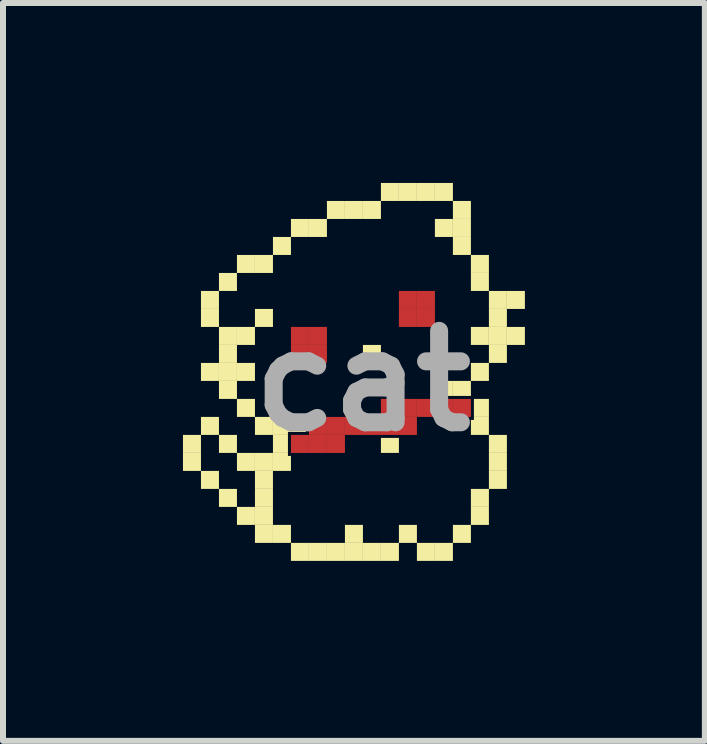
<source format=kicad_pcb>
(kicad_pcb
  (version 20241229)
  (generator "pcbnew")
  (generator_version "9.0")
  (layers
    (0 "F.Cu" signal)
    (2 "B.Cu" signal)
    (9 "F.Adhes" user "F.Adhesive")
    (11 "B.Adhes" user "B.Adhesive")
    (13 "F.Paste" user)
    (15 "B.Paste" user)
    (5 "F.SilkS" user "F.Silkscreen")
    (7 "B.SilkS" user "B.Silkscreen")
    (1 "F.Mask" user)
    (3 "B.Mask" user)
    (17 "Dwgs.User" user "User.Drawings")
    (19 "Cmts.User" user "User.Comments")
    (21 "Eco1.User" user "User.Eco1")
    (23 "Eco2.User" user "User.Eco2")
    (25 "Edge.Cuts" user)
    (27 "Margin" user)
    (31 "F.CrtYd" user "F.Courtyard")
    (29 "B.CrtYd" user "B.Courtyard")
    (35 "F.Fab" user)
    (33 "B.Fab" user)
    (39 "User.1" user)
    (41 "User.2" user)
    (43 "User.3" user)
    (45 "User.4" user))
  (footprint "cat"
    (layer "F.Cu")
    (at 3 3.3)
    (property "Reference" "cat" (at 0 0 0) (layer "F.Fab") (effects (font (size 1.524 1.524) (thickness 0.3))))
    (attr board_only exclude_from_pos_files exclude_from_bom)
    (fp_poly (pts (xy -1.2 -0.9) (xy -0.9 -0.9) (xy -0.9 -0.6) (xy -1.2 -0.6)) (stroke (width 0) (type solid)) (fill yes) (layer "F.Cu"))
    (fp_poly (pts (xy -1.2 -0.6) (xy -0.9 -0.6) (xy -0.9 -0.3) (xy -1.2 -0.3)) (stroke (width 0) (type solid)) (fill yes) (layer "F.Cu"))
    (fp_poly (pts (xy -1.2 0.9) (xy -0.9 0.9) (xy -0.9 1.2) (xy -1.2 1.2)) (stroke (width 0) (type solid)) (fill yes) (layer "F.Cu"))
    (fp_poly (pts (xy -0.9 -0.9) (xy -0.6 -0.9) (xy -0.6 -0.6) (xy -0.9 -0.6)) (stroke (width 0) (type solid)) (fill yes) (layer "F.Cu"))
    (fp_poly (pts (xy -0.9 -0.6) (xy -0.6 -0.6) (xy -0.6 -0.3) (xy -0.9 -0.3)) (stroke (width 0) (type solid)) (fill yes) (layer "F.Cu"))
    (fp_poly (pts (xy -0.9 0.6) (xy -0.6 0.6) (xy -0.6 0.9) (xy -0.9 0.9)) (stroke (width 0) (type solid)) (fill yes) (layer "F.Cu"))
    (fp_poly (pts (xy -0.9 0.9) (xy -0.6 0.9) (xy -0.6 1.2) (xy -0.9 1.2)) (stroke (width 0) (type solid)) (fill yes) (layer "F.Cu"))
    (fp_poly (pts (xy -0.6 0.6) (xy -0.3 0.6) (xy -0.3 0.9) (xy -0.6 0.9)) (stroke (width 0) (type solid)) (fill yes) (layer "F.Cu"))
    (fp_poly (pts (xy -0.6 0.9) (xy -0.3 0.9) (xy -0.3 1.2) (xy -0.6 1.2)) (stroke (width 0) (type solid)) (fill yes) (layer "F.Cu"))
    (fp_poly (pts (xy -0.3 0.6) (xy 0 0.6) (xy 0 0.9) (xy -0.3 0.9)) (stroke (width 0) (type solid)) (fill yes) (layer "F.Cu"))
    (fp_poly (pts (xy 0 0.6) (xy 0.3 0.6) (xy 0.3 0.9) (xy 0 0.9)) (stroke (width 0) (type solid)) (fill yes) (layer "F.Cu"))
    (fp_poly (pts (xy 0.3 0.3) (xy 0.6 0.3) (xy 0.6 0.6) (xy 0.3 0.6)) (stroke (width 0) (type solid)) (fill yes) (layer "F.Cu"))
    (fp_poly (pts (xy 0.3 0.6) (xy 0.6 0.6) (xy 0.6 0.9) (xy 0.3 0.9)) (stroke (width 0) (type solid)) (fill yes) (layer "F.Cu"))
    (fp_poly (pts (xy 0.6 -1.5) (xy 0.9 -1.5) (xy 0.9 -1.2) (xy 0.6 -1.2)) (stroke (width 0) (type solid)) (fill yes) (layer "F.Cu"))
    (fp_poly (pts (xy 0.6 -1.2) (xy 0.9 -1.2) (xy 0.9 -0.9) (xy 0.6 -0.9)) (stroke (width 0) (type solid)) (fill yes) (layer "F.Cu"))
    (fp_poly (pts (xy 0.6 0.3) (xy 0.9 0.3) (xy 0.9 0.6) (xy 0.6 0.6)) (stroke (width 0) (type solid)) (fill yes) (layer "F.Cu"))
    (fp_poly (pts (xy 0.6 0.6) (xy 0.9 0.6) (xy 0.9 0.9) (xy 0.6 0.9)) (stroke (width 0) (type solid)) (fill yes) (layer "F.Cu"))
    (fp_poly (pts (xy 0.9 -1.5) (xy 1.2 -1.5) (xy 1.2 -1.2) (xy 0.9 -1.2)) (stroke (width 0) (type solid)) (fill yes) (layer "F.Cu"))
    (fp_poly (pts (xy 0.9 -1.2) (xy 1.2 -1.2) (xy 1.2 -0.9) (xy 0.9 -0.9)) (stroke (width 0) (type solid)) (fill yes) (layer "F.Cu"))
    (fp_poly (pts (xy 0.9 0.3) (xy 1.2 0.3) (xy 1.2 0.6) (xy 0.9 0.6)) (stroke (width 0) (type solid)) (fill yes) (layer "F.Cu"))
    (fp_poly (pts (xy 1.2 0.3) (xy 1.5 0.3) (xy 1.5 0.6) (xy 1.2 0.6)) (stroke (width 0) (type solid)) (fill yes) (layer "F.Cu"))
    (fp_poly (pts (xy 1.5 0.3) (xy 1.8 0.3) (xy 1.8 0.6) (xy 1.5 0.6)) (stroke (width 0) (type solid)) (fill yes) (layer "F.Cu"))
    (fp_poly (pts (xy -1.2 -0.9) (xy -0.9 -0.9) (xy -0.9 -0.6) (xy -1.2 -0.6)) (stroke (width 0) (type solid)) (fill yes) (layer "F.Mask"))
    (fp_poly (pts (xy -1.2 -0.6) (xy -0.9 -0.6) (xy -0.9 -0.3) (xy -1.2 -0.3)) (stroke (width 0) (type solid)) (fill yes) (layer "F.Mask"))
    (fp_poly (pts (xy -1.2 0.9) (xy -0.9 0.9) (xy -0.9 1.2) (xy -1.2 1.2)) (stroke (width 0) (type solid)) (fill yes) (layer "F.Mask"))
    (fp_poly (pts (xy -0.9 -0.9) (xy -0.6 -0.9) (xy -0.6 -0.6) (xy -0.9 -0.6)) (stroke (width 0) (type solid)) (fill yes) (layer "F.Mask"))
    (fp_poly (pts (xy -0.9 -0.6) (xy -0.6 -0.6) (xy -0.6 -0.3) (xy -0.9 -0.3)) (stroke (width 0) (type solid)) (fill yes) (layer "F.Mask"))
    (fp_poly (pts (xy -0.9 0.6) (xy -0.6 0.6) (xy -0.6 0.9) (xy -0.9 0.9)) (stroke (width 0) (type solid)) (fill yes) (layer "F.Mask"))
    (fp_poly (pts (xy -0.9 0.9) (xy -0.6 0.9) (xy -0.6 1.2) (xy -0.9 1.2)) (stroke (width 0) (type solid)) (fill yes) (layer "F.Mask"))
    (fp_poly (pts (xy -0.6 0.6) (xy -0.3 0.6) (xy -0.3 0.9) (xy -0.6 0.9)) (stroke (width 0) (type solid)) (fill yes) (layer "F.Mask"))
    (fp_poly (pts (xy -0.6 0.9) (xy -0.3 0.9) (xy -0.3 1.2) (xy -0.6 1.2)) (stroke (width 0) (type solid)) (fill yes) (layer "F.Mask"))
    (fp_poly (pts (xy -0.3 0.6) (xy 0 0.6) (xy 0 0.9) (xy -0.3 0.9)) (stroke (width 0) (type solid)) (fill yes) (layer "F.Mask"))
    (fp_poly (pts (xy 0 0.6) (xy 0.3 0.6) (xy 0.3 0.9) (xy 0 0.9)) (stroke (width 0) (type solid)) (fill yes) (layer "F.Mask"))
    (fp_poly (pts (xy 0.3 0.3) (xy 0.6 0.3) (xy 0.6 0.6) (xy 0.3 0.6)) (stroke (width 0) (type solid)) (fill yes) (layer "F.Mask"))
    (fp_poly (pts (xy 0.3 0.6) (xy 0.6 0.6) (xy 0.6 0.9) (xy 0.3 0.9)) (stroke (width 0) (type solid)) (fill yes) (layer "F.Mask"))
    (fp_poly (pts (xy 0.6 -1.5) (xy 0.9 -1.5) (xy 0.9 -1.2) (xy 0.6 -1.2)) (stroke (width 0) (type solid)) (fill yes) (layer "F.Mask"))
    (fp_poly (pts (xy 0.6 -1.2) (xy 0.9 -1.2) (xy 0.9 -0.9) (xy 0.6 -0.9)) (stroke (width 0) (type solid)) (fill yes) (layer "F.Mask"))
    (fp_poly (pts (xy 0.6 0.3) (xy 0.9 0.3) (xy 0.9 0.6) (xy 0.6 0.6)) (stroke (width 0) (type solid)) (fill yes) (layer "F.Mask"))
    (fp_poly (pts (xy 0.6 0.6) (xy 0.9 0.6) (xy 0.9 0.9) (xy 0.6 0.9)) (stroke (width 0) (type solid)) (fill yes) (layer "F.Mask"))
    (fp_poly (pts (xy 0.9 -1.5) (xy 1.2 -1.5) (xy 1.2 -1.2) (xy 0.9 -1.2)) (stroke (width 0) (type solid)) (fill yes) (layer "F.Mask"))
    (fp_poly (pts (xy 0.9 -1.2) (xy 1.2 -1.2) (xy 1.2 -0.9) (xy 0.9 -0.9)) (stroke (width 0) (type solid)) (fill yes) (layer "F.Mask"))
    (fp_poly (pts (xy 0.9 0.3) (xy 1.2 0.3) (xy 1.2 0.6) (xy 0.9 0.6)) (stroke (width 0) (type solid)) (fill yes) (layer "F.Mask"))
    (fp_poly (pts (xy 1.2 0.3) (xy 1.5 0.3) (xy 1.5 0.6) (xy 1.2 0.6)) (stroke (width 0) (type solid)) (fill yes) (layer "F.Mask"))
    (fp_poly (pts (xy 1.5 0.3) (xy 1.8 0.3) (xy 1.8 0.6) (xy 1.5 0.6)) (stroke (width 0) (type solid)) (fill yes) (layer "F.Mask"))
    (fp_poly (pts (xy -3 0.9) (xy -2.7 0.9) (xy -2.7 1.2) (xy -3 1.2)) (stroke (width 0) (type solid)) (fill yes) (layer "F.SilkS"))
    (fp_poly (pts (xy -3 1.2) (xy -2.7 1.2) (xy -2.7 1.5) (xy -3 1.5)) (stroke (width 0) (type solid)) (fill yes) (layer "F.SilkS"))
    (fp_poly (pts (xy -2.7 -1.5) (xy -2.4 -1.5) (xy -2.4 -1.2) (xy -2.7 -1.2)) (stroke (width 0) (type solid)) (fill yes) (layer "F.SilkS"))
    (fp_poly (pts (xy -2.7 -1.2) (xy -2.4 -1.2) (xy -2.4 -0.9) (xy -2.7 -0.9)) (stroke (width 0) (type solid)) (fill yes) (layer "F.SilkS"))
    (fp_poly (pts (xy -2.7 -0.3) (xy -2.4 -0.3) (xy -2.4 0) (xy -2.7 0)) (stroke (width 0) (type solid)) (fill yes) (layer "F.SilkS"))
    (fp_poly (pts (xy -2.7 0.6) (xy -2.4 0.6) (xy -2.4 0.9) (xy -2.7 0.9)) (stroke (width 0) (type solid)) (fill yes) (layer "F.SilkS"))
    (fp_poly (pts (xy -2.7 1.5) (xy -2.4 1.5) (xy -2.4 1.8) (xy -2.7 1.8)) (stroke (width 0) (type solid)) (fill yes) (layer "F.SilkS"))
    (fp_poly (pts (xy -2.4 -1.8) (xy -2.1 -1.8) (xy -2.1 -1.5) (xy -2.4 -1.5)) (stroke (width 0) (type solid)) (fill yes) (layer "F.SilkS"))
    (fp_poly (pts (xy -2.4 -0.9) (xy -2.1 -0.9) (xy -2.1 -0.6) (xy -2.4 -0.6)) (stroke (width 0) (type solid)) (fill yes) (layer "F.SilkS"))
    (fp_poly (pts (xy -2.4 -0.6) (xy -2.1 -0.6) (xy -2.1 -0.3) (xy -2.4 -0.3)) (stroke (width 0) (type solid)) (fill yes) (layer "F.SilkS"))
    (fp_poly (pts (xy -2.4 -0.3) (xy -2.1 -0.3) (xy -2.1 0) (xy -2.4 0)) (stroke (width 0) (type solid)) (fill yes) (layer "F.SilkS"))
    (fp_poly (pts (xy -2.4 0) (xy -2.1 0) (xy -2.1 0.3) (xy -2.4 0.3)) (stroke (width 0) (type solid)) (fill yes) (layer "F.SilkS"))
    (fp_poly (pts (xy -2.4 0.9) (xy -2.1 0.9) (xy -2.1 1.2) (xy -2.4 1.2)) (stroke (width 0) (type solid)) (fill yes) (layer "F.SilkS"))
    (fp_poly (pts (xy -2.4 1.8) (xy -2.1 1.8) (xy -2.1 2.1) (xy -2.4 2.1)) (stroke (width 0) (type solid)) (fill yes) (layer "F.SilkS"))
    (fp_poly (pts (xy -2.1 -2.1) (xy -1.8 -2.1) (xy -1.8 -1.8) (xy -2.1 -1.8)) (stroke (width 0) (type solid)) (fill yes) (layer "F.SilkS"))
    (fp_poly (pts (xy -2.1 -0.9) (xy -1.8 -0.9) (xy -1.8 -0.6) (xy -2.1 -0.6)) (stroke (width 0) (type solid)) (fill yes) (layer "F.SilkS"))
    (fp_poly (pts (xy -2.1 -0.3) (xy -1.8 -0.3) (xy -1.8 0) (xy -2.1 0)) (stroke (width 0) (type solid)) (fill yes) (layer "F.SilkS"))
    (fp_poly (pts (xy -2.1 0.3) (xy -1.8 0.3) (xy -1.8 0.6) (xy -2.1 0.6)) (stroke (width 0) (type solid)) (fill yes) (layer "F.SilkS"))
    (fp_poly (pts (xy -2.1 1.2) (xy -1.8 1.2) (xy -1.8 1.5) (xy -2.1 1.5)) (stroke (width 0) (type solid)) (fill yes) (layer "F.SilkS"))
    (fp_poly (pts (xy -2.1 2.1) (xy -1.8 2.1) (xy -1.8 2.4) (xy -2.1 2.4)) (stroke (width 0) (type solid)) (fill yes) (layer "F.SilkS"))
    (fp_poly (pts (xy -1.8 -2.1) (xy -1.5 -2.1) (xy -1.5 -1.8) (xy -1.8 -1.8)) (stroke (width 0) (type solid)) (fill yes) (layer "F.SilkS"))
    (fp_poly (pts (xy -1.8 -1.2) (xy -1.5 -1.2) (xy -1.5 -0.9) (xy -1.8 -0.9)) (stroke (width 0) (type solid)) (fill yes) (layer "F.SilkS"))
    (fp_poly (pts (xy -1.8 0.6) (xy -1.5 0.6) (xy -1.5 0.9) (xy -1.8 0.9)) (stroke (width 0) (type solid)) (fill yes) (layer "F.SilkS"))
    (fp_poly (pts (xy -1.8 1.2) (xy -1.5 1.2) (xy -1.5 1.5) (xy -1.8 1.5)) (stroke (width 0) (type solid)) (fill yes) (layer "F.SilkS"))
    (fp_poly (pts (xy -1.8 1.5) (xy -1.5 1.5) (xy -1.5 1.8) (xy -1.8 1.8)) (stroke (width 0) (type solid)) (fill yes) (layer "F.SilkS"))
    (fp_poly (pts (xy -1.8 1.8) (xy -1.5 1.8) (xy -1.5 2.1) (xy -1.8 2.1)) (stroke (width 0) (type solid)) (fill yes) (layer "F.SilkS"))
    (fp_poly (pts (xy -1.8 2.1) (xy -1.5 2.1) (xy -1.5 2.4) (xy -1.8 2.4)) (stroke (width 0) (type solid)) (fill yes) (layer "F.SilkS"))
    (fp_poly (pts (xy -1.8 2.4) (xy -1.5 2.4) (xy -1.5 2.7) (xy -1.8 2.7)) (stroke (width 0) (type solid)) (fill yes) (layer "F.SilkS"))
    (fp_poly (pts (xy -1.5 -2.4) (xy -1.2 -2.4) (xy -1.2 -2.1) (xy -1.5 -2.1)) (stroke (width 0) (type solid)) (fill yes) (layer "F.SilkS"))
    (fp_poly (pts (xy -1.5 0.9) (xy -1.25 0.9) (xy -1.25 1.2) (xy -1.5 1.2)) (stroke (width 0) (type solid)) (fill yes) (layer "F.SilkS"))
    (fp_poly (pts (xy -1.5 2.4) (xy -1.2 2.4) (xy -1.2 2.7) (xy -1.5 2.7)) (stroke (width 0) (type solid)) (fill yes) (layer "F.SilkS"))
    (fp_poly (pts (xy -1.2 -2.7) (xy -0.9 -2.7) (xy -0.9 -2.4) (xy -1.2 -2.4)) (stroke (width 0) (type solid)) (fill yes) (layer "F.SilkS"))
    (fp_poly (pts (xy -1.2 0.6) (xy -0.95 0.6) (xy -0.95 0.85) (xy -1.2 0.85)) (stroke (width 0) (type solid)) (fill yes) (layer "F.SilkS"))
    (fp_poly (pts (xy -1.2 2.7) (xy -0.9 2.7) (xy -0.9 3) (xy -1.2 3)) (stroke (width 0) (type solid)) (fill yes) (layer "F.SilkS"))
    (fp_poly (pts (xy -0.9 -2.7) (xy -0.6 -2.7) (xy -0.6 -2.4) (xy -0.9 -2.4)) (stroke (width 0) (type solid)) (fill yes) (layer "F.SilkS"))
    (fp_poly (pts (xy -0.9 2.7) (xy -0.6 2.7) (xy -0.6 3) (xy -0.9 3)) (stroke (width 0) (type solid)) (fill yes) (layer "F.SilkS"))
    (fp_poly (pts (xy -0.6 -3) (xy -0.3 -3) (xy -0.3 -2.7) (xy -0.6 -2.7)) (stroke (width 0) (type solid)) (fill yes) (layer "F.SilkS"))
    (fp_poly (pts (xy -0.6 2.7) (xy -0.3 2.7) (xy -0.3 3) (xy -0.6 3)) (stroke (width 0) (type solid)) (fill yes) (layer "F.SilkS"))
    (fp_poly (pts (xy -0.3 -3) (xy 0 -3) (xy 0 -2.7) (xy -0.3 -2.7)) (stroke (width 0) (type solid)) (fill yes) (layer "F.SilkS"))
    (fp_poly (pts (xy -0.3 2.4) (xy 0 2.4) (xy 0 2.7) (xy -0.3 2.7)) (stroke (width 0) (type solid)) (fill yes) (layer "F.SilkS"))
    (fp_poly (pts (xy -0.3 2.7) (xy 0 2.7) (xy 0 3) (xy -0.3 3)) (stroke (width 0) (type solid)) (fill yes) (layer "F.SilkS"))
    (fp_poly (pts (xy 0 -3) (xy 0.3 -3) (xy 0.3 -2.7) (xy 0 -2.7)) (stroke (width 0) (type solid)) (fill yes) (layer "F.SilkS"))
    (fp_poly (pts (xy 0 -0.6) (xy 0.3 -0.6) (xy 0.3 -0.3) (xy 0 -0.3)) (stroke (width 0) (type solid)) (fill yes) (layer "F.SilkS"))
    (fp_poly (pts (xy 0 2.7) (xy 0.3 2.7) (xy 0.3 3) (xy 0 3)) (stroke (width 0) (type solid)) (fill yes) (layer "F.SilkS"))
    (fp_poly (pts (xy 0.3 -3.3) (xy 0.6 -3.3) (xy 0.6 -3) (xy 0.3 -3)) (stroke (width 0) (type solid)) (fill yes) (layer "F.SilkS"))
    (fp_poly (pts (xy 0.3 0.95) (xy 0.6 0.95) (xy 0.6 1.2) (xy 0.3 1.2)) (stroke (width 0) (type solid)) (fill yes) (layer "F.SilkS"))
    (fp_poly (pts (xy 0.3 2.7) (xy 0.6 2.7) (xy 0.6 3) (xy 0.3 3)) (stroke (width 0) (type solid)) (fill yes) (layer "F.SilkS"))
    (fp_poly (pts (xy 0.6 -3.3) (xy 0.9 -3.3) (xy 0.9 -3) (xy 0.6 -3)) (stroke (width 0) (type solid)) (fill yes) (layer "F.SilkS"))
    (fp_poly (pts (xy 0.6 2.4) (xy 0.9 2.4) (xy 0.9 2.7) (xy 0.6 2.7)) (stroke (width 0) (type solid)) (fill yes) (layer "F.SilkS"))
    (fp_poly (pts (xy 0.9 -3.3) (xy 1.2 -3.3) (xy 1.2 -3) (xy 0.9 -3)) (stroke (width 0) (type solid)) (fill yes) (layer "F.SilkS"))
    (fp_poly (pts (xy 0.9 2.7) (xy 1.2 2.7) (xy 1.2 3) (xy 0.9 3)) (stroke (width 0) (type solid)) (fill yes) (layer "F.SilkS"))
    (fp_poly (pts (xy 1.2 -3.3) (xy 1.5 -3.3) (xy 1.5 -3) (xy 1.2 -3)) (stroke (width 0) (type solid)) (fill yes) (layer "F.SilkS"))
    (fp_poly (pts (xy 1.2 -2.7) (xy 1.5 -2.7) (xy 1.5 -2.4) (xy 1.2 -2.4)) (stroke (width 0) (type solid)) (fill yes) (layer "F.SilkS"))
    (fp_poly (pts (xy 1.2 0) (xy 1.5 0) (xy 1.5 0.25) (xy 1.2 0.25)) (stroke (width 0) (type solid)) (fill yes) (layer "F.SilkS"))
    (fp_poly (pts (xy 1.2 2.7) (xy 1.5 2.7) (xy 1.5 3) (xy 1.2 3)) (stroke (width 0) (type solid)) (fill yes) (layer "F.SilkS"))
    (fp_poly (pts (xy 1.5 -3) (xy 1.8 -3) (xy 1.8 -2.7) (xy 1.5 -2.7)) (stroke (width 0) (type solid)) (fill yes) (layer "F.SilkS"))
    (fp_poly (pts (xy 1.5 -2.7) (xy 1.8 -2.7) (xy 1.8 -2.4) (xy 1.5 -2.4)) (stroke (width 0) (type solid)) (fill yes) (layer "F.SilkS"))
    (fp_poly (pts (xy 1.5 -2.4) (xy 1.8 -2.4) (xy 1.8 -2.1) (xy 1.5 -2.1)) (stroke (width 0) (type solid)) (fill yes) (layer "F.SilkS"))
    (fp_poly (pts (xy 1.5 0) (xy 1.8 0) (xy 1.8 0.25) (xy 1.5 0.25)) (stroke (width 0) (type solid)) (fill yes) (layer "F.SilkS"))
    (fp_poly (pts (xy 1.5 2.4) (xy 1.8 2.4) (xy 1.8 2.7) (xy 1.5 2.7)) (stroke (width 0) (type solid)) (fill yes) (layer "F.SilkS"))
    (fp_poly (pts (xy 1.8 -2.1) (xy 2.1 -2.1) (xy 2.1 -1.8) (xy 1.8 -1.8)) (stroke (width 0) (type solid)) (fill yes) (layer "F.SilkS"))
    (fp_poly (pts (xy 1.8 -1.8) (xy 2.1 -1.8) (xy 2.1 -1.5) (xy 1.8 -1.5)) (stroke (width 0) (type solid)) (fill yes) (layer "F.SilkS"))
    (fp_poly (pts (xy 1.8 -0.9) (xy 2.1 -0.9) (xy 2.1 -0.6) (xy 1.8 -0.6)) (stroke (width 0) (type solid)) (fill yes) (layer "F.SilkS"))
    (fp_poly (pts (xy 1.8 -0.3) (xy 2.1 -0.3) (xy 2.1 0) (xy 1.8 0)) (stroke (width 0) (type solid)) (fill yes) (layer "F.SilkS"))
    (fp_poly (pts (xy 1.8 1.8) (xy 2.1 1.8) (xy 2.1 2.1) (xy 1.8 2.1)) (stroke (width 0) (type solid)) (fill yes) (layer "F.SilkS"))
    (fp_poly (pts (xy 1.8 2.1) (xy 2.1 2.1) (xy 2.1 2.4) (xy 1.8 2.4)) (stroke (width 0) (type solid)) (fill yes) (layer "F.SilkS"))
    (fp_poly (pts (xy 1.85 0.3) (xy 2.1 0.3) (xy 2.1 0.6) (xy 1.85 0.6)) (stroke (width 0) (type solid)) (fill yes) (layer "F.SilkS"))
    (fp_poly (pts (xy 2.1 -1.5) (xy 2.4 -1.5) (xy 2.4 -1.2) (xy 2.1 -1.2)) (stroke (width 0) (type solid)) (fill yes) (layer "F.SilkS"))
    (fp_poly (pts (xy 2.1 -1.2) (xy 2.4 -1.2) (xy 2.4 -0.9) (xy 2.1 -0.9)) (stroke (width 0) (type solid)) (fill yes) (layer "F.SilkS"))
    (fp_poly (pts (xy 2.1 -0.9) (xy 2.4 -0.9) (xy 2.4 -0.6) (xy 2.1 -0.6)) (stroke (width 0) (type solid)) (fill yes) (layer "F.SilkS"))
    (fp_poly (pts (xy 2.1 -0.6) (xy 2.4 -0.6) (xy 2.4 -0.3) (xy 2.1 -0.3)) (stroke (width 0) (type solid)) (fill yes) (layer "F.SilkS"))
    (fp_poly (pts (xy 2.1 0.9) (xy 2.4 0.9) (xy 2.4 1.2) (xy 2.1 1.2)) (stroke (width 0) (type solid)) (fill yes) (layer "F.SilkS"))
    (fp_poly (pts (xy 2.1 1.2) (xy 2.4 1.2) (xy 2.4 1.5) (xy 2.1 1.5)) (stroke (width 0) (type solid)) (fill yes) (layer "F.SilkS"))
    (fp_poly (pts (xy 2.1 1.5) (xy 2.4 1.5) (xy 2.4 1.8) (xy 2.1 1.8)) (stroke (width 0) (type solid)) (fill yes) (layer "F.SilkS"))
    (fp_poly (pts (xy 2.4 -1.5) (xy 2.7 -1.5) (xy 2.7 -1.2) (xy 2.4 -1.2)) (stroke (width 0) (type solid)) (fill yes) (layer "F.SilkS"))
    (fp_poly (pts (xy 2.4 -0.9) (xy 2.7 -0.9) (xy 2.7 -0.6) (xy 2.4 -0.6)) (stroke (width 0) (type solid)) (fill yes) (layer "F.SilkS"))
    (fp_poly (pts (xy -1.5 0.6) (xy -1.2 0.6) (xy -1.2 0.85) (xy -1.25 0.85) (xy -1.25 0.9) (xy -1.5 0.9)) (stroke (width 0) (type solid)) (fill yes) (layer "F.SilkS"))
    (fp_poly (pts (xy -1.5 1.2) (xy -1.25 1.2) (xy -1.25 1.25) (xy -1.2 1.25) (xy -1.2 1.5) (xy -1.5 1.5)) (stroke (width 0) (type solid)) (fill yes) (layer "F.SilkS"))
    (fp_poly (pts (xy 1.8 0.65) (xy 1.85 0.65) (xy 1.85 0.6) (xy 2.1 0.6) (xy 2.1 0.9) (xy 1.8 0.9)) (stroke (width 0) (type solid)) (fill yes) (layer "F.SilkS")))
  (gr_rect
    (start -3 -3)
    (end 8.7 9.3)
    (stroke (width 0.1) (type default))
    (fill no)
    (layer "Edge.Cuts")))
</source>
